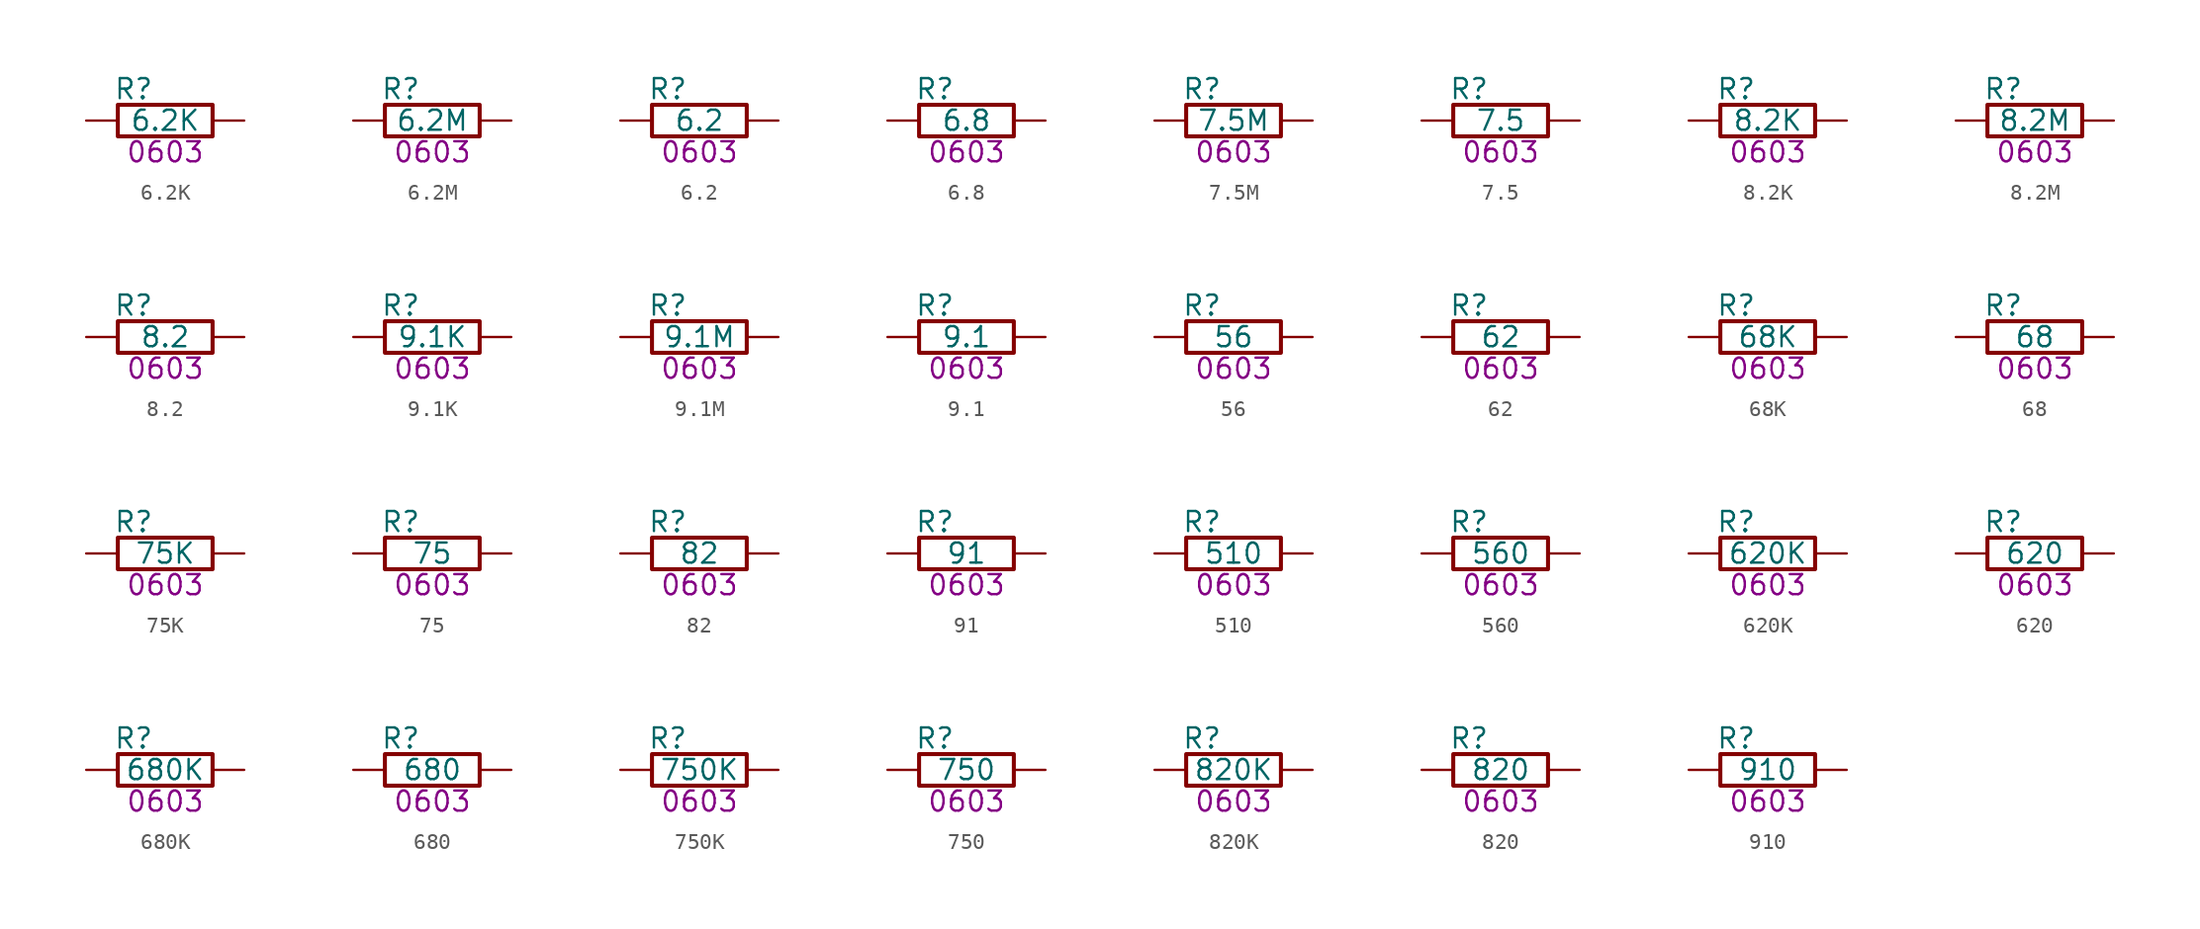
<source format=kicad_sym>
(kicad_symbol_lib
  (version 20211014)
  (generator kicad_symbol_editor)
  (symbol "6.2K"
    (pin_numbers hide)
    (pin_names hide)
    (property "Reference" "R"
      (at -2 1 0)
      (effects (font (size 1.27 1.27))))
    (property "Value" "6.2K"
      (at 0 -1 0)
      (effects (font (size 1.27 1.27))))
    (property "Size" "0603"
      (at 0 -3 0)
      (effects (font (size 1.27 1.27))))
    (symbol "6.2K_0_1"
      (rectangle (start -3 0) (end 3 -2) (stroke (width 0.254) (type default) (color 0 0 0 0)) (fill (type none))))
    (symbol "6.2K_1_1"
      (pin passive line (at -5 -1 0) (length 2) (name "~" (effects (font (size 1.27 1.27)))) (number "1" (effects (font (size 1.27 1.27)))))
      (pin passive line (at 5 -1 180) (length 2) (name "~" (effects (font (size 1.27 1.27)))) (number "2" (effects (font (size 1.27 1.27)))))))
  (symbol "6.2M"
    (pin_numbers hide)
    (pin_names hide)
    (property "Reference" "R"
      (at -2 1 0)
      (effects (font (size 1.27 1.27))))
    (property "Value" "6.2M"
      (at 0 -1 0)
      (effects (font (size 1.27 1.27))))
    (property "Size" "0603"
      (at 0 -3 0)
      (effects (font (size 1.27 1.27))))
    (symbol "6.2M_0_1"
      (rectangle (start -3 0) (end 3 -2) (stroke (width 0.254) (type default) (color 0 0 0 0)) (fill (type none))))
    (symbol "6.2M_1_1"
      (pin passive line (at -5 -1 0) (length 2) (name "~" (effects (font (size 1.27 1.27)))) (number "1" (effects (font (size 1.27 1.27)))))
      (pin passive line (at 5 -1 180) (length 2) (name "~" (effects (font (size 1.27 1.27)))) (number "2" (effects (font (size 1.27 1.27)))))))
  (symbol "6.2"
    (pin_numbers hide)
    (pin_names hide)
    (property "Reference" "R"
      (at -2 1 0)
      (effects (font (size 1.27 1.27))))
    (property "Value" "6.2"
      (at 0 -1 0)
      (effects (font (size 1.27 1.27))))
    (property "Size" "0603"
      (at 0 -3 0)
      (effects (font (size 1.27 1.27))))
    (symbol "6.2_0_1"
      (rectangle (start -3 0) (end 3 -2) (stroke (width 0.254) (type default) (color 0 0 0 0)) (fill (type none))))
    (symbol "6.2_1_1"
      (pin passive line (at -5 -1 0) (length 2) (name "~" (effects (font (size 1.27 1.27)))) (number "1" (effects (font (size 1.27 1.27)))))
      (pin passive line (at 5 -1 180) (length 2) (name "~" (effects (font (size 1.27 1.27)))) (number "2" (effects (font (size 1.27 1.27)))))))
  (symbol "6.8"
    (pin_numbers hide)
    (pin_names hide)
    (property "Reference" "R"
      (at -2 1 0)
      (effects (font (size 1.27 1.27))))
    (property "Value" "6.8"
      (at 0 -1 0)
      (effects (font (size 1.27 1.27))))
    (property "Size" "0603"
      (at 0 -3 0)
      (effects (font (size 1.27 1.27))))
    (symbol "6.8_0_1"
      (rectangle (start -3 0) (end 3 -2) (stroke (width 0.254) (type default) (color 0 0 0 0)) (fill (type none))))
    (symbol "6.8_1_1"
      (pin passive line (at -5 -1 0) (length 2) (name "~" (effects (font (size 1.27 1.27)))) (number "1" (effects (font (size 1.27 1.27)))))
      (pin passive line (at 5 -1 180) (length 2) (name "~" (effects (font (size 1.27 1.27)))) (number "2" (effects (font (size 1.27 1.27)))))))
  (symbol "7.5M"
    (pin_numbers hide)
    (pin_names hide)
    (property "Reference" "R"
      (at -2 1 0)
      (effects (font (size 1.27 1.27))))
    (property "Value" "7.5M"
      (at 0 -1 0)
      (effects (font (size 1.27 1.27))))
    (property "Size" "0603"
      (at 0 -3 0)
      (effects (font (size 1.27 1.27))))
    (symbol "7.5M_0_1"
      (rectangle (start -3 0) (end 3 -2) (stroke (width 0.254) (type default) (color 0 0 0 0)) (fill (type none))))
    (symbol "7.5M_1_1"
      (pin passive line (at -5 -1 0) (length 2) (name "~" (effects (font (size 1.27 1.27)))) (number "1" (effects (font (size 1.27 1.27)))))
      (pin passive line (at 5 -1 180) (length 2) (name "~" (effects (font (size 1.27 1.27)))) (number "2" (effects (font (size 1.27 1.27)))))))
  (symbol "7.5"
    (pin_numbers hide)
    (pin_names hide)
    (property "Reference" "R"
      (at -2 1 0)
      (effects (font (size 1.27 1.27))))
    (property "Value" "7.5"
      (at 0 -1 0)
      (effects (font (size 1.27 1.27))))
    (property "Size" "0603"
      (at 0 -3 0)
      (effects (font (size 1.27 1.27))))
    (symbol "7.5_0_1"
      (rectangle (start -3 0) (end 3 -2) (stroke (width 0.254) (type default) (color 0 0 0 0)) (fill (type none))))
    (symbol "7.5_1_1"
      (pin passive line (at -5 -1 0) (length 2) (name "~" (effects (font (size 1.27 1.27)))) (number "1" (effects (font (size 1.27 1.27)))))
      (pin passive line (at 5 -1 180) (length 2) (name "~" (effects (font (size 1.27 1.27)))) (number "2" (effects (font (size 1.27 1.27)))))))
  (symbol "8.2K"
    (pin_numbers hide)
    (pin_names hide)
    (property "Reference" "R"
      (at -2 1 0)
      (effects (font (size 1.27 1.27))))
    (property "Value" "8.2K"
      (at 0 -1 0)
      (effects (font (size 1.27 1.27))))
    (property "Size" "0603"
      (at 0 -3 0)
      (effects (font (size 1.27 1.27))))
    (symbol "8.2K_0_1"
      (rectangle (start -3 0) (end 3 -2) (stroke (width 0.254) (type default) (color 0 0 0 0)) (fill (type none))))
    (symbol "8.2K_1_1"
      (pin passive line (at -5 -1 0) (length 2) (name "~" (effects (font (size 1.27 1.27)))) (number "1" (effects (font (size 1.27 1.27)))))
      (pin passive line (at 5 -1 180) (length 2) (name "~" (effects (font (size 1.27 1.27)))) (number "2" (effects (font (size 1.27 1.27)))))))
  (symbol "8.2M"
    (pin_numbers hide)
    (pin_names hide)
    (property "Reference" "R"
      (at -2 1 0)
      (effects (font (size 1.27 1.27))))
    (property "Value" "8.2M"
      (at 0 -1 0)
      (effects (font (size 1.27 1.27))))
    (property "Size" "0603"
      (at 0 -3 0)
      (effects (font (size 1.27 1.27))))
    (symbol "8.2M_0_1"
      (rectangle (start -3 0) (end 3 -2) (stroke (width 0.254) (type default) (color 0 0 0 0)) (fill (type none))))
    (symbol "8.2M_1_1"
      (pin passive line (at -5 -1 0) (length 2) (name "~" (effects (font (size 1.27 1.27)))) (number "1" (effects (font (size 1.27 1.27)))))
      (pin passive line (at 5 -1 180) (length 2) (name "~" (effects (font (size 1.27 1.27)))) (number "2" (effects (font (size 1.27 1.27)))))))
  (symbol "8.2"
    (pin_numbers hide)
    (pin_names hide)
    (property "Reference" "R"
      (at -2 1 0)
      (effects (font (size 1.27 1.27))))
    (property "Value" "8.2"
      (at 0 -1 0)
      (effects (font (size 1.27 1.27))))
    (property "Size" "0603"
      (at 0 -3 0)
      (effects (font (size 1.27 1.27))))
    (symbol "8.2_0_1"
      (rectangle (start -3 0) (end 3 -2) (stroke (width 0.254) (type default) (color 0 0 0 0)) (fill (type none))))
    (symbol "8.2_1_1"
      (pin passive line (at -5 -1 0) (length 2) (name "~" (effects (font (size 1.27 1.27)))) (number "1" (effects (font (size 1.27 1.27)))))
      (pin passive line (at 5 -1 180) (length 2) (name "~" (effects (font (size 1.27 1.27)))) (number "2" (effects (font (size 1.27 1.27)))))))
  (symbol "9.1K"
    (pin_numbers hide)
    (pin_names hide)
    (property "Reference" "R"
      (at -2 1 0)
      (effects (font (size 1.27 1.27))))
    (property "Value" "9.1K"
      (at 0 -1 0)
      (effects (font (size 1.27 1.27))))
    (property "Size" "0603"
      (at 0 -3 0)
      (effects (font (size 1.27 1.27))))
    (symbol "9.1K_0_1"
      (rectangle (start -3 0) (end 3 -2) (stroke (width 0.254) (type default) (color 0 0 0 0)) (fill (type none))))
    (symbol "9.1K_1_1"
      (pin passive line (at -5 -1 0) (length 2) (name "~" (effects (font (size 1.27 1.27)))) (number "1" (effects (font (size 1.27 1.27)))))
      (pin passive line (at 5 -1 180) (length 2) (name "~" (effects (font (size 1.27 1.27)))) (number "2" (effects (font (size 1.27 1.27)))))))
  (symbol "9.1M"
    (pin_numbers hide)
    (pin_names hide)
    (property "Reference" "R"
      (at -2 1 0)
      (effects (font (size 1.27 1.27))))
    (property "Value" "9.1M"
      (at 0 -1 0)
      (effects (font (size 1.27 1.27))))
    (property "Size" "0603"
      (at 0 -3 0)
      (effects (font (size 1.27 1.27))))
    (symbol "9.1M_0_1"
      (rectangle (start -3 0) (end 3 -2) (stroke (width 0.254) (type default) (color 0 0 0 0)) (fill (type none))))
    (symbol "9.1M_1_1"
      (pin passive line (at -5 -1 0) (length 2) (name "~" (effects (font (size 1.27 1.27)))) (number "1" (effects (font (size 1.27 1.27)))))
      (pin passive line (at 5 -1 180) (length 2) (name "~" (effects (font (size 1.27 1.27)))) (number "2" (effects (font (size 1.27 1.27)))))))
  (symbol "9.1"
    (pin_numbers hide)
    (pin_names hide)
    (property "Reference" "R"
      (at -2 1 0)
      (effects (font (size 1.27 1.27))))
    (property "Value" "9.1"
      (at 0 -1 0)
      (effects (font (size 1.27 1.27))))
    (property "Size" "0603"
      (at 0 -3 0)
      (effects (font (size 1.27 1.27))))
    (symbol "9.1_0_1"
      (rectangle (start -3 0) (end 3 -2) (stroke (width 0.254) (type default) (color 0 0 0 0)) (fill (type none))))
    (symbol "9.1_1_1"
      (pin passive line (at -5 -1 0) (length 2) (name "~" (effects (font (size 1.27 1.27)))) (number "1" (effects (font (size 1.27 1.27)))))
      (pin passive line (at 5 -1 180) (length 2) (name "~" (effects (font (size 1.27 1.27)))) (number "2" (effects (font (size 1.27 1.27)))))))
  (symbol "56"
    (pin_numbers hide)
    (pin_names hide)
    (property "Reference" "R"
      (at -2 1 0)
      (effects (font (size 1.27 1.27))))
    (property "Value" "56"
      (at 0 -1 0)
      (effects (font (size 1.27 1.27))))
    (property "Size" "0603"
      (at 0 -3 0)
      (effects (font (size 1.27 1.27))))
    (symbol "56_0_1"
      (rectangle (start -3 0) (end 3 -2) (stroke (width 0.254) (type default) (color 0 0 0 0)) (fill (type none))))
    (symbol "56_1_1"
      (pin passive line (at -5 -1 0) (length 2) (name "~" (effects (font (size 1.27 1.27)))) (number "1" (effects (font (size 1.27 1.27)))))
      (pin passive line (at 5 -1 180) (length 2) (name "~" (effects (font (size 1.27 1.27)))) (number "2" (effects (font (size 1.27 1.27)))))))
  (symbol "62"
    (pin_numbers hide)
    (pin_names hide)
    (property "Reference" "R"
      (at -2 1 0)
      (effects (font (size 1.27 1.27))))
    (property "Value" "62"
      (at 0 -1 0)
      (effects (font (size 1.27 1.27))))
    (property "Size" "0603"
      (at 0 -3 0)
      (effects (font (size 1.27 1.27))))
    (symbol "62_0_1"
      (rectangle (start -3 0) (end 3 -2) (stroke (width 0.254) (type default) (color 0 0 0 0)) (fill (type none))))
    (symbol "62_1_1"
      (pin passive line (at -5 -1 0) (length 2) (name "~" (effects (font (size 1.27 1.27)))) (number "1" (effects (font (size 1.27 1.27)))))
      (pin passive line (at 5 -1 180) (length 2) (name "~" (effects (font (size 1.27 1.27)))) (number "2" (effects (font (size 1.27 1.27)))))))
  (symbol "68K"
    (pin_numbers hide)
    (pin_names hide)
    (property "Reference" "R"
      (at -2 1 0)
      (effects (font (size 1.27 1.27))))
    (property "Value" "68K"
      (at 0 -1 0)
      (effects (font (size 1.27 1.27))))
    (property "Size" "0603"
      (at 0 -3 0)
      (effects (font (size 1.27 1.27))))
    (symbol "68K_0_1"
      (rectangle (start -3 0) (end 3 -2) (stroke (width 0.254) (type default) (color 0 0 0 0)) (fill (type none))))
    (symbol "68K_1_1"
      (pin passive line (at -5 -1 0) (length 2) (name "~" (effects (font (size 1.27 1.27)))) (number "1" (effects (font (size 1.27 1.27)))))
      (pin passive line (at 5 -1 180) (length 2) (name "~" (effects (font (size 1.27 1.27)))) (number "2" (effects (font (size 1.27 1.27)))))))
  (symbol "68"
    (pin_numbers hide)
    (pin_names hide)
    (property "Reference" "R"
      (at -2 1 0)
      (effects (font (size 1.27 1.27))))
    (property "Value" "68"
      (at 0 -1 0)
      (effects (font (size 1.27 1.27))))
    (property "Size" "0603"
      (at 0 -3 0)
      (effects (font (size 1.27 1.27))))
    (symbol "68_0_1"
      (rectangle (start -3 0) (end 3 -2) (stroke (width 0.254) (type default) (color 0 0 0 0)) (fill (type none))))
    (symbol "68_1_1"
      (pin passive line (at -5 -1 0) (length 2) (name "~" (effects (font (size 1.27 1.27)))) (number "1" (effects (font (size 1.27 1.27)))))
      (pin passive line (at 5 -1 180) (length 2) (name "~" (effects (font (size 1.27 1.27)))) (number "2" (effects (font (size 1.27 1.27)))))))
  (symbol "75K"
    (pin_numbers hide)
    (pin_names hide)
    (property "Reference" "R"
      (at -2 1 0)
      (effects (font (size 1.27 1.27))))
    (property "Value" "75K"
      (at 0 -1 0)
      (effects (font (size 1.27 1.27))))
    (property "Size" "0603"
      (at 0 -3 0)
      (effects (font (size 1.27 1.27))))
    (symbol "75K_0_1"
      (rectangle (start -3 0) (end 3 -2) (stroke (width 0.254) (type default) (color 0 0 0 0)) (fill (type none))))
    (symbol "75K_1_1"
      (pin passive line (at -5 -1 0) (length 2) (name "~" (effects (font (size 1.27 1.27)))) (number "1" (effects (font (size 1.27 1.27)))))
      (pin passive line (at 5 -1 180) (length 2) (name "~" (effects (font (size 1.27 1.27)))) (number "2" (effects (font (size 1.27 1.27)))))))
  (symbol "75"
    (pin_numbers hide)
    (pin_names hide)
    (property "Reference" "R"
      (at -2 1 0)
      (effects (font (size 1.27 1.27))))
    (property "Value" "75"
      (at 0 -1 0)
      (effects (font (size 1.27 1.27))))
    (property "Size" "0603"
      (at 0 -3 0)
      (effects (font (size 1.27 1.27))))
    (symbol "75_0_1"
      (rectangle (start -3 0) (end 3 -2) (stroke (width 0.254) (type default) (color 0 0 0 0)) (fill (type none))))
    (symbol "75_1_1"
      (pin passive line (at -5 -1 0) (length 2) (name "~" (effects (font (size 1.27 1.27)))) (number "1" (effects (font (size 1.27 1.27)))))
      (pin passive line (at 5 -1 180) (length 2) (name "~" (effects (font (size 1.27 1.27)))) (number "2" (effects (font (size 1.27 1.27)))))))
  (symbol "82"
    (pin_numbers hide)
    (pin_names hide)
    (property "Reference" "R"
      (at -2 1 0)
      (effects (font (size 1.27 1.27))))
    (property "Value" "82"
      (at 0 -1 0)
      (effects (font (size 1.27 1.27))))
    (property "Size" "0603"
      (at 0 -3 0)
      (effects (font (size 1.27 1.27))))
    (symbol "82_0_1"
      (rectangle (start -3 0) (end 3 -2) (stroke (width 0.254) (type default) (color 0 0 0 0)) (fill (type none))))
    (symbol "82_1_1"
      (pin passive line (at -5 -1 0) (length 2) (name "~" (effects (font (size 1.27 1.27)))) (number "1" (effects (font (size 1.27 1.27)))))
      (pin passive line (at 5 -1 180) (length 2) (name "~" (effects (font (size 1.27 1.27)))) (number "2" (effects (font (size 1.27 1.27)))))))
  (symbol "91"
    (pin_numbers hide)
    (pin_names hide)
    (property "Reference" "R"
      (at -2 1 0)
      (effects (font (size 1.27 1.27))))
    (property "Value" "91"
      (at 0 -1 0)
      (effects (font (size 1.27 1.27))))
    (property "Size" "0603"
      (at 0 -3 0)
      (effects (font (size 1.27 1.27))))
    (symbol "91_0_1"
      (rectangle (start -3 0) (end 3 -2) (stroke (width 0.254) (type default) (color 0 0 0 0)) (fill (type none))))
    (symbol "91_1_1"
      (pin passive line (at -5 -1 0) (length 2) (name "~" (effects (font (size 1.27 1.27)))) (number "1" (effects (font (size 1.27 1.27)))))
      (pin passive line (at 5 -1 180) (length 2) (name "~" (effects (font (size 1.27 1.27)))) (number "2" (effects (font (size 1.27 1.27)))))))
  (symbol "510"
    (pin_numbers hide)
    (pin_names hide)
    (property "Reference" "R"
      (at -2 1 0)
      (effects (font (size 1.27 1.27))))
    (property "Value" "510"
      (at 0 -1 0)
      (effects (font (size 1.27 1.27))))
    (property "Size" "0603"
      (at 0 -3 0)
      (effects (font (size 1.27 1.27))))
    (symbol "510_0_1"
      (rectangle (start -3 0) (end 3 -2) (stroke (width 0.254) (type default) (color 0 0 0 0)) (fill (type none))))
    (symbol "510_1_1"
      (pin passive line (at -5 -1 0) (length 2) (name "~" (effects (font (size 1.27 1.27)))) (number "1" (effects (font (size 1.27 1.27)))))
      (pin passive line (at 5 -1 180) (length 2) (name "~" (effects (font (size 1.27 1.27)))) (number "2" (effects (font (size 1.27 1.27)))))))
  (symbol "560"
    (pin_numbers hide)
    (pin_names hide)
    (property "Reference" "R"
      (at -2 1 0)
      (effects (font (size 1.27 1.27))))
    (property "Value" "560"
      (at 0 -1 0)
      (effects (font (size 1.27 1.27))))
    (property "Size" "0603"
      (at 0 -3 0)
      (effects (font (size 1.27 1.27))))
    (symbol "560_0_1"
      (rectangle (start -3 0) (end 3 -2) (stroke (width 0.254) (type default) (color 0 0 0 0)) (fill (type none))))
    (symbol "560_1_1"
      (pin passive line (at -5 -1 0) (length 2) (name "~" (effects (font (size 1.27 1.27)))) (number "1" (effects (font (size 1.27 1.27)))))
      (pin passive line (at 5 -1 180) (length 2) (name "~" (effects (font (size 1.27 1.27)))) (number "2" (effects (font (size 1.27 1.27)))))))
  (symbol "620K"
    (pin_numbers hide)
    (pin_names hide)
    (property "Reference" "R"
      (at -2 1 0)
      (effects (font (size 1.27 1.27))))
    (property "Value" "620K"
      (at 0 -1 0)
      (effects (font (size 1.27 1.27))))
    (property "Size" "0603"
      (at 0 -3 0)
      (effects (font (size 1.27 1.27))))
    (symbol "620K_0_1"
      (rectangle (start -3 0) (end 3 -2) (stroke (width 0.254) (type default) (color 0 0 0 0)) (fill (type none))))
    (symbol "620K_1_1"
      (pin passive line (at -5 -1 0) (length 2) (name "~" (effects (font (size 1.27 1.27)))) (number "1" (effects (font (size 1.27 1.27)))))
      (pin passive line (at 5 -1 180) (length 2) (name "~" (effects (font (size 1.27 1.27)))) (number "2" (effects (font (size 1.27 1.27)))))))
  (symbol "620"
    (pin_numbers hide)
    (pin_names hide)
    (property "Reference" "R"
      (at -2 1 0)
      (effects (font (size 1.27 1.27))))
    (property "Value" "620"
      (at 0 -1 0)
      (effects (font (size 1.27 1.27))))
    (property "Size" "0603"
      (at 0 -3 0)
      (effects (font (size 1.27 1.27))))
    (symbol "620_0_1"
      (rectangle (start -3 0) (end 3 -2) (stroke (width 0.254) (type default) (color 0 0 0 0)) (fill (type none))))
    (symbol "620_1_1"
      (pin passive line (at -5 -1 0) (length 2) (name "~" (effects (font (size 1.27 1.27)))) (number "1" (effects (font (size 1.27 1.27)))))
      (pin passive line (at 5 -1 180) (length 2) (name "~" (effects (font (size 1.27 1.27)))) (number "2" (effects (font (size 1.27 1.27)))))))
  (symbol "680K"
    (pin_numbers hide)
    (pin_names hide)
    (property "Reference" "R"
      (at -2 1 0)
      (effects (font (size 1.27 1.27))))
    (property "Value" "680K"
      (at 0 -1 0)
      (effects (font (size 1.27 1.27))))
    (property "Size" "0603"
      (at 0 -3 0)
      (effects (font (size 1.27 1.27))))
    (symbol "680K_0_1"
      (rectangle (start -3 0) (end 3 -2) (stroke (width 0.254) (type default) (color 0 0 0 0)) (fill (type none))))
    (symbol "680K_1_1"
      (pin passive line (at -5 -1 0) (length 2) (name "~" (effects (font (size 1.27 1.27)))) (number "1" (effects (font (size 1.27 1.27)))))
      (pin passive line (at 5 -1 180) (length 2) (name "~" (effects (font (size 1.27 1.27)))) (number "2" (effects (font (size 1.27 1.27)))))))
  (symbol "680"
    (pin_numbers hide)
    (pin_names hide)
    (property "Reference" "R"
      (at -2 1 0)
      (effects (font (size 1.27 1.27))))
    (property "Value" "680"
      (at 0 -1 0)
      (effects (font (size 1.27 1.27))))
    (property "Size" "0603"
      (at 0 -3 0)
      (effects (font (size 1.27 1.27))))
    (symbol "680_0_1"
      (rectangle (start -3 0) (end 3 -2) (stroke (width 0.254) (type default) (color 0 0 0 0)) (fill (type none))))
    (symbol "680_1_1"
      (pin passive line (at -5 -1 0) (length 2) (name "~" (effects (font (size 1.27 1.27)))) (number "1" (effects (font (size 1.27 1.27)))))
      (pin passive line (at 5 -1 180) (length 2) (name "~" (effects (font (size 1.27 1.27)))) (number "2" (effects (font (size 1.27 1.27)))))))
  (symbol "750K"
    (pin_numbers hide)
    (pin_names hide)
    (property "Reference" "R"
      (at -2 1 0)
      (effects (font (size 1.27 1.27))))
    (property "Value" "750K"
      (at 0 -1 0)
      (effects (font (size 1.27 1.27))))
    (property "Size" "0603"
      (at 0 -3 0)
      (effects (font (size 1.27 1.27))))
    (symbol "750K_0_1"
      (rectangle (start -3 0) (end 3 -2) (stroke (width 0.254) (type default) (color 0 0 0 0)) (fill (type none))))
    (symbol "750K_1_1"
      (pin passive line (at -5 -1 0) (length 2) (name "~" (effects (font (size 1.27 1.27)))) (number "1" (effects (font (size 1.27 1.27)))))
      (pin passive line (at 5 -1 180) (length 2) (name "~" (effects (font (size 1.27 1.27)))) (number "2" (effects (font (size 1.27 1.27)))))))
  (symbol "750"
    (pin_numbers hide)
    (pin_names hide)
    (property "Reference" "R"
      (at -2 1 0)
      (effects (font (size 1.27 1.27))))
    (property "Value" "750"
      (at 0 -1 0)
      (effects (font (size 1.27 1.27))))
    (property "Size" "0603"
      (at 0 -3 0)
      (effects (font (size 1.27 1.27))))
    (symbol "750_0_1"
      (rectangle (start -3 0) (end 3 -2) (stroke (width 0.254) (type default) (color 0 0 0 0)) (fill (type none))))
    (symbol "750_1_1"
      (pin passive line (at -5 -1 0) (length 2) (name "~" (effects (font (size 1.27 1.27)))) (number "1" (effects (font (size 1.27 1.27)))))
      (pin passive line (at 5 -1 180) (length 2) (name "~" (effects (font (size 1.27 1.27)))) (number "2" (effects (font (size 1.27 1.27)))))))
  (symbol "820K"
    (pin_numbers hide)
    (pin_names hide)
    (property "Reference" "R"
      (at -2 1 0)
      (effects (font (size 1.27 1.27))))
    (property "Value" "820K"
      (at 0 -1 0)
      (effects (font (size 1.27 1.27))))
    (property "Size" "0603"
      (at 0 -3 0)
      (effects (font (size 1.27 1.27))))
    (symbol "820K_0_1"
      (rectangle (start -3 0) (end 3 -2) (stroke (width 0.254) (type default) (color 0 0 0 0)) (fill (type none))))
    (symbol "820K_1_1"
      (pin passive line (at -5 -1 0) (length 2) (name "~" (effects (font (size 1.27 1.27)))) (number "1" (effects (font (size 1.27 1.27)))))
      (pin passive line (at 5 -1 180) (length 2) (name "~" (effects (font (size 1.27 1.27)))) (number "2" (effects (font (size 1.27 1.27)))))))
  (symbol "820"
    (pin_numbers hide)
    (pin_names hide)
    (property "Reference" "R"
      (at -2 1 0)
      (effects (font (size 1.27 1.27))))
    (property "Value" "820"
      (at 0 -1 0)
      (effects (font (size 1.27 1.27))))
    (property "Size" "0603"
      (at 0 -3 0)
      (effects (font (size 1.27 1.27))))
    (symbol "820_0_1"
      (rectangle (start -3 0) (end 3 -2) (stroke (width 0.254) (type default) (color 0 0 0 0)) (fill (type none))))
    (symbol "820_1_1"
      (pin passive line (at -5 -1 0) (length 2) (name "~" (effects (font (size 1.27 1.27)))) (number "1" (effects (font (size 1.27 1.27)))))
      (pin passive line (at 5 -1 180) (length 2) (name "~" (effects (font (size 1.27 1.27)))) (number "2" (effects (font (size 1.27 1.27)))))))
  (symbol "910"
    (pin_numbers hide)
    (pin_names hide)
    (property "Reference" "R"
      (at -2 1 0)
      (effects (font (size 1.27 1.27))))
    (property "Value" "910"
      (at 0 -1 0)
      (effects (font (size 1.27 1.27))))
    (property "Size" "0603"
      (at 0 -3 0)
      (effects (font (size 1.27 1.27))))
    (symbol "910_0_1"
      (rectangle (start -3 0) (end 3 -2) (stroke (width 0.254) (type default) (color 0 0 0 0)) (fill (type none))))
    (symbol "910_1_1"
      (pin passive line (at -5 -1 0) (length 2) (name "~" (effects (font (size 1.27 1.27)))) (number "1" (effects (font (size 1.27 1.27)))))
      (pin passive line (at 5 -1 180) (length 2) (name "~" (effects (font (size 1.27 1.27)))) (number "2" (effects (font (size 1.27 1.27))))))))
</source>
